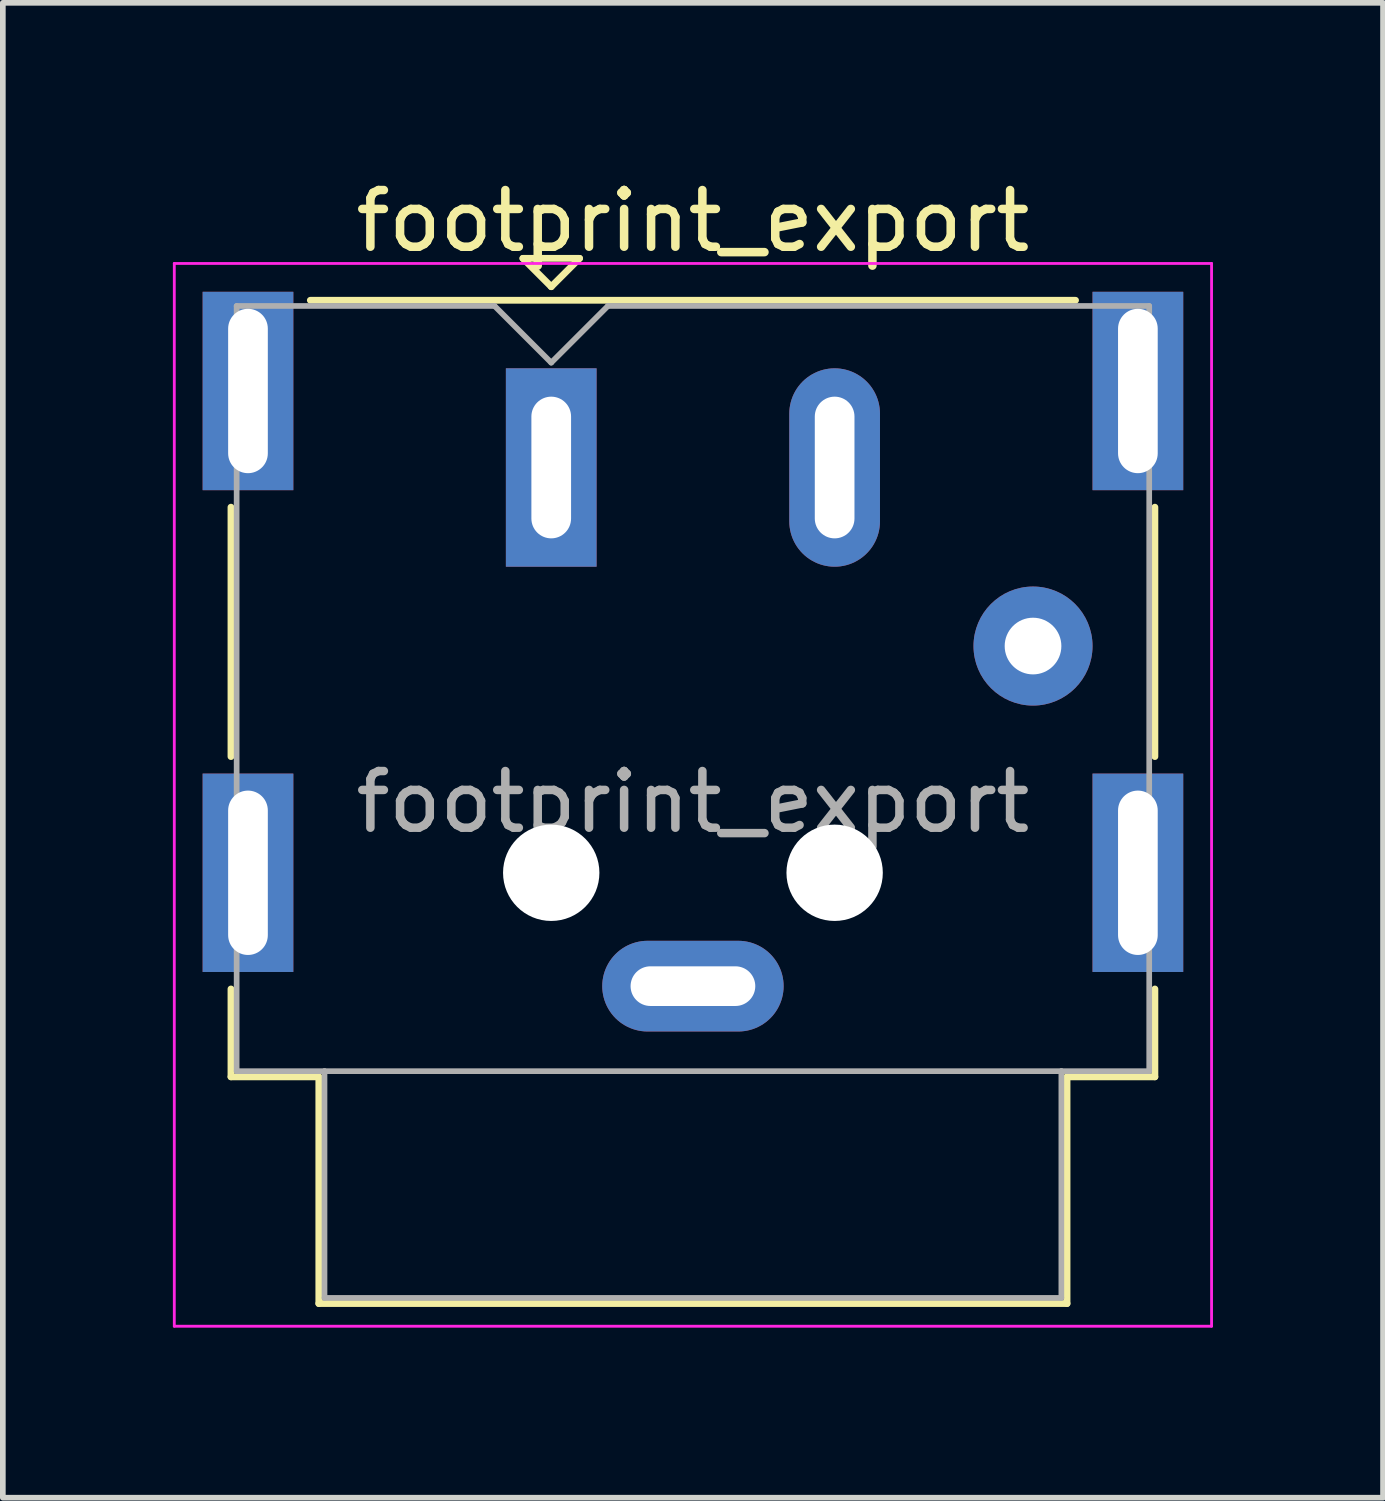
<source format=kicad_pcb>
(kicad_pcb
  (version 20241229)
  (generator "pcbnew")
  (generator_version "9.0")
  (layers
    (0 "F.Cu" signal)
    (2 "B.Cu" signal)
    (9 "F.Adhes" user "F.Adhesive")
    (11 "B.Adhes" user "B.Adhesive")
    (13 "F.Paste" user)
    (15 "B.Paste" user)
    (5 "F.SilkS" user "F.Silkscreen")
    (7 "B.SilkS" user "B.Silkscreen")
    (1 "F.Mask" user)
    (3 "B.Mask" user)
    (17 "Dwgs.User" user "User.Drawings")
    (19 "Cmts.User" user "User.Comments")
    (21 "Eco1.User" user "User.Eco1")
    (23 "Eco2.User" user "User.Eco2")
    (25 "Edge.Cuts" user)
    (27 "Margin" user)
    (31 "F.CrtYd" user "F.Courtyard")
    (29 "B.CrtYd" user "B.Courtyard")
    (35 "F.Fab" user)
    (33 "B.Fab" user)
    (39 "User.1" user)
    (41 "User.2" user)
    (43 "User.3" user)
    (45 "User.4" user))
  (footprint "footprint_export"
    (layer "F.Cu")
    (at 6.675 5.198)
    (property "Reference" "footprint_export" (at 2.5 -4.35 0) (layer "F.SilkS") (effects (font (size 1 1) (thickness 0.15))))
    (attr through_hole)
    (fp_line (start -5.65 5.1) (end -5.65 0.7) (stroke (width 0.12) (type solid)) (layer "F.SilkS"))
    (fp_line (start -5.65 10.75) (end -5.65 9.2) (stroke (width 0.12) (type solid)) (layer "F.SilkS"))
    (fp_line (start -4.25 -2.95) (end 9.25 -2.95) (stroke (width 0.12) (type solid)) (layer "F.SilkS"))
    (fp_line (start -4.1 10.75) (end -5.65 10.75) (stroke (width 0.12) (type solid)) (layer "F.SilkS"))
    (fp_line (start -4.1 14.75) (end -4.1 10.75) (stroke (width 0.12) (type solid)) (layer "F.SilkS"))
    (fp_line (start -0.5 -3.69) (end 0.5 -3.69) (stroke (width 0.12) (type solid)) (layer "F.SilkS"))
    (fp_line (start 0 -3.19) (end -0.5 -3.69) (stroke (width 0.12) (type solid)) (layer "F.SilkS"))
    (fp_line (start 0.5 -3.69) (end 0 -3.19) (stroke (width 0.12) (type solid)) (layer "F.SilkS"))
    (fp_line (start 9.1 10.75) (end 9.1 14.75) (stroke (width 0.12) (type solid)) (layer "F.SilkS"))
    (fp_line (start 9.1 14.75) (end -4.1 14.75) (stroke (width 0.12) (type solid)) (layer "F.SilkS"))
    (fp_line (start 10.65 0.7) (end 10.65 5.1) (stroke (width 0.12) (type solid)) (layer "F.SilkS"))
    (fp_line (start 10.65 9.2) (end 10.65 10.75) (stroke (width 0.12) (type solid)) (layer "F.SilkS"))
    (fp_line (start 10.65 10.75) (end 9.1 10.75) (stroke (width 0.12) (type solid)) (layer "F.SilkS"))
    (fp_line (start -6.65 -3.6) (end 11.65 -3.6) (stroke (width 0.05) (type solid)) (layer "F.CrtYd"))
    (fp_line (start -6.65 15.15) (end -6.65 -3.6) (stroke (width 0.05) (type solid)) (layer "F.CrtYd"))
    (fp_line (start 11.65 -3.6) (end 11.65 15.15) (stroke (width 0.05) (type solid)) (layer "F.CrtYd"))
    (fp_line (start 11.65 15.15) (end -6.65 15.15) (stroke (width 0.05) (type solid)) (layer "F.CrtYd"))
    (fp_line (start -5.55 -2.85) (end -1 -2.85) (stroke (width 0.1) (type solid)) (layer "F.Fab"))
    (fp_line (start -5.55 10.65) (end -5.55 -2.85) (stroke (width 0.1) (type solid)) (layer "F.Fab"))
    (fp_line (start -4 10.65) (end -5.55 10.65) (stroke (width 0.1) (type solid)) (layer "F.Fab"))
    (fp_line (start -4 10.65) (end 9 10.65) (stroke (width 0.1) (type solid)) (layer "F.Fab"))
    (fp_line (start -4 14.65) (end -4 10.65) (stroke (width 0.1) (type solid)) (layer "F.Fab"))
    (fp_line (start -1 -2.85) (end 0 -1.85) (stroke (width 0.1) (type solid)) (layer "F.Fab"))
    (fp_line (start 0 -1.85) (end 1 -2.85) (stroke (width 0.1) (type solid)) (layer "F.Fab"))
    (fp_line (start 1 -2.85) (end 10.55 -2.85) (stroke (width 0.1) (type solid)) (layer "F.Fab"))
    (fp_line (start 9 10.65) (end 9 14.65) (stroke (width 0.1) (type solid)) (layer "F.Fab"))
    (fp_line (start 9 14.65) (end -4 14.65) (stroke (width 0.1) (type solid)) (layer "F.Fab"))
    (fp_line (start 10.55 -2.85) (end 10.55 10.65) (stroke (width 0.1) (type solid)) (layer "F.Fab"))
    (fp_line (start 10.55 10.65) (end 9 10.65) (stroke (width 0.1) (type solid)) (layer "F.Fab"))
    (fp_text user "${REFERENCE}" (at 2.5 5.9 0) (layer "F.Fab") (effects (font (size 1 1) (thickness 0.15))))
    (pad "" np_thru_hole circle (at 0 7.15) (size 1.7 1.7) (drill 1.7) (layers "*.Cu" "*.Mask"))
    (pad "" np_thru_hole circle (at 5 7.15) (size 1.7 1.7) (drill 1.7) (layers "*.Cu" "*.Mask"))
    (pad "1" thru_hole rect (at 0 0) (size 1.6 3.5) (drill oval 0.7 2.5) (layers "*.Cu" "*.Mask"))
    (pad "2" thru_hole oval (at 5 0) (size 1.6 3.5) (drill oval 0.7 2.5) (layers "*.Cu" "*.Mask"))
    (pad "3" thru_hole circle (at 8.5 3.15) (size 2.1 2.1) (drill 1) (layers "*.Cu" "*.Mask"))
    (pad "4" thru_hole oval (at 2.5 9.15) (size 3.2 1.6) (drill oval 2.2 0.7) (layers "*.Cu" "*.Mask"))
    (pad "SH" thru_hole rect (at -5.35 -1.35) (size 1.6 3.5) (drill oval 0.7 2.9) (layers "*.Cu" "*.Mask"))
    (pad "SH" thru_hole rect (at -5.35 7.15) (size 1.6 3.5) (drill oval 0.7 2.9) (layers "*.Cu" "*.Mask"))
    (pad "SH" thru_hole rect (at 10.35 -1.35) (size 1.6 3.5) (drill oval 0.7 2.9) (layers "*.Cu" "*.Mask"))
    (pad "SH" thru_hole rect (at 10.35 7.15) (size 1.6 3.5) (drill oval 0.7 2.9) (layers "*.Cu" "*.Mask")))
  (gr_rect
    (start -3 -3)
    (end 21.35 23.373)
    (stroke (width 0.1) (type default))
    (fill no)
    (layer "Edge.Cuts")))
</source>
